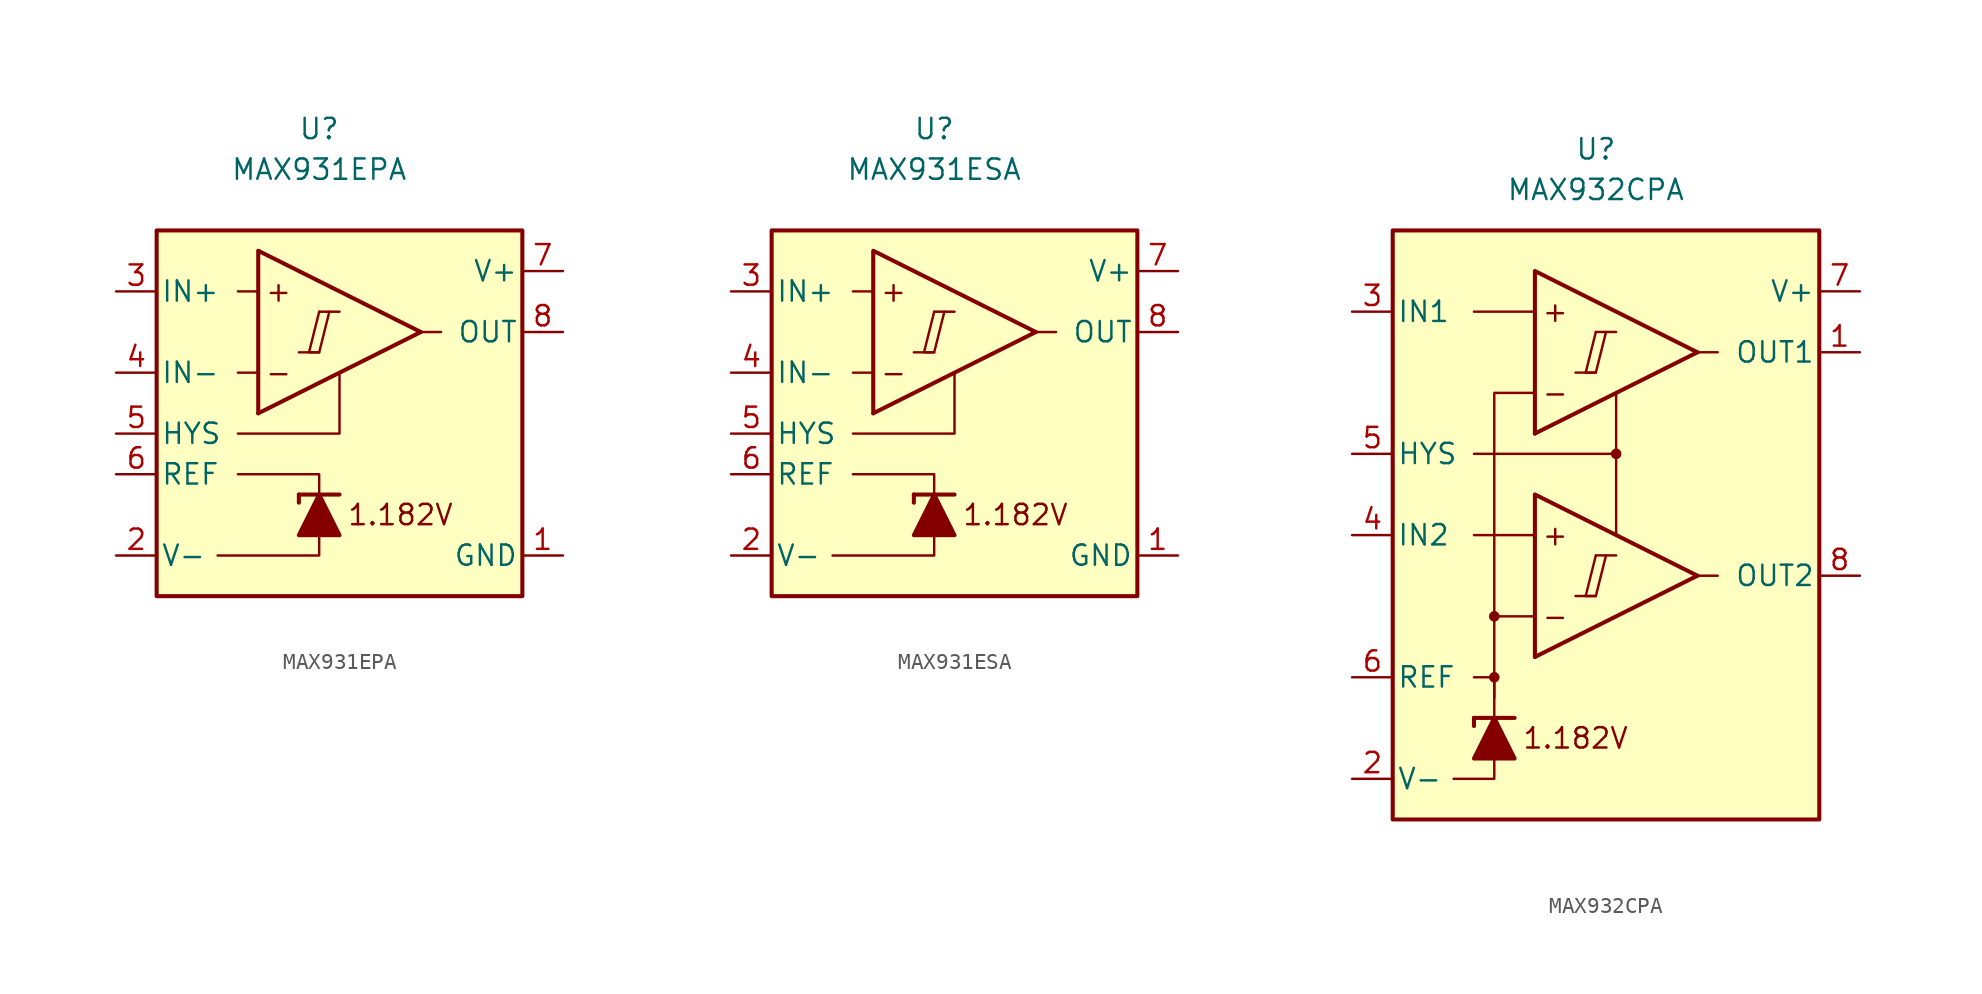
<source format=kicad_sym>
(kicad_symbol_lib
  (version 20231120)
  (generator "kicad_symbol_editor")
  (generator_version "8.0")
  (symbol "MAX931EPA"
    (pin_names
      (offset 0.254))
    (property "Reference" "U"
      (at 0 16.51 0)
      (effects (font (size 1.27 1.27))))
    (property "Value" "MAX931EPA"
      (at 0 13.97 0)
      (effects (font (size 1.27 1.27))))
    (symbol "MAX931EPA_0_0"
      (polyline (pts (xy -1.27 2.54) (xy 0 2.54)) (stroke (width 0.152) (type default)) (fill (type none)))
      (polyline (pts (xy 0 5.08) (xy 1.27 5.08)) (stroke (width 0.152) (type default)) (fill (type none)))
      (polyline (pts (xy 6.35 3.81) (xy -3.81 -1.27)) (stroke (width 0.254) (type default)) (fill (type none)))
      (polyline (pts (xy 6.35 3.81) (xy -3.81 8.89) (xy -3.81 -1.27)) (stroke (width 0.254) (type default)) (fill (type background)))
      (polyline (pts (xy 0 5.08) (xy -0.635 2.54) (xy 0 2.54) (xy 0.635 5.08)) (stroke (width 0.152) (type default)) (fill (type none)))
      (text "+" (at -2.54 6.35 0) (effects (font (size 1.27 1.27))))
      (text "-" (at -2.54 1.27 0) (effects (font (size 1.27 1.27))))
      (text "1.182V" (at 5.08 -7.62 0) (effects (font (size 1.27 1.27)))))
    (symbol "MAX931EPA_0_1"
      (polyline (pts (xy -3.81 1.27) (xy -5.08 1.27)) (stroke (width 0) (type default)) (fill (type none)))
      (polyline (pts (xy -3.81 6.35) (xy -5.08 6.35)) (stroke (width 0) (type default)) (fill (type none)))
      (polyline (pts (xy -1.27 -6.35) (xy -1.27 -6.858)) (stroke (width 0.254) (type default)) (fill (type none)))
      (polyline (pts (xy -1.27 -6.35) (xy 1.27 -6.35)) (stroke (width 0.254) (type default)) (fill (type none)))
      (polyline (pts (xy 6.35 3.81) (xy 7.62 3.81)) (stroke (width 0) (type default)) (fill (type none)))
      (polyline (pts (xy 0 -8.89) (xy 0 -10.16) (xy -6.35 -10.16)) (stroke (width 0) (type default)) (fill (type none)))
      (polyline (pts (xy 0 -6.35) (xy 0 -5.08) (xy -5.08 -5.08)) (stroke (width 0) (type default)) (fill (type none)))
      (polyline (pts (xy 1.27 1.27) (xy 1.27 -2.54) (xy -5.08 -2.54)) (stroke (width 0) (type default)) (fill (type none)))
      (polyline (pts (xy 1.27 -8.89) (xy -1.27 -8.89) (xy 0 -6.35) (xy 1.27 -8.89)) (stroke (width 0.254) (type default)) (fill (type outline)))
      (rectangle (start 12.7 10.16) (end -10.16 -12.7) (stroke (width 0.254) (type default)) (fill (type background))))
    (symbol "MAX931EPA_1_1"
      (pin power_in line (at 15.24 -10.16 180) (length 2.54) (name "GND" (effects (font (size 1.27 1.27)))) (number "1" (effects (font (size 1.27 1.27)))))
      (pin power_in line (at -12.7 -10.16 0) (length 2.54) (name "V-" (effects (font (size 1.27 1.27)))) (number "2" (effects (font (size 1.27 1.27)))))
      (pin input line (at -12.7 6.35 0) (length 2.54) (name "IN+" (effects (font (size 1.27 1.27)))) (number "3" (effects (font (size 1.27 1.27)))))
      (pin input line (at -12.7 1.27 0) (length 2.54) (name "IN-" (effects (font (size 1.27 1.27)))) (number "4" (effects (font (size 1.27 1.27)))))
      (pin input line (at -12.7 -2.54 0) (length 2.54) (name "HYS" (effects (font (size 1.27 1.27)))) (number "5" (effects (font (size 1.27 1.27)))))
      (pin output line (at -12.7 -5.08 0) (length 2.54) (name "REF" (effects (font (size 1.27 1.27)))) (number "6" (effects (font (size 1.27 1.27)))))
      (pin power_in line (at 15.24 7.62 180) (length 2.54) (name "V+" (effects (font (size 1.27 1.27)))) (number "7" (effects (font (size 1.27 1.27)))))
      (pin output line (at 15.24 3.81 180) (length 2.54) (name "OUT" (effects (font (size 1.27 1.27)))) (number "8" (effects (font (size 1.27 1.27)))))))
  (symbol "MAX931ESA"
    (pin_names
      (offset 0.254))
    (property "Reference" "U"
      (at 0 16.51 0)
      (effects (font (size 1.27 1.27))))
    (property "Value" "MAX931ESA"
      (at 0 13.97 0)
      (effects (font (size 1.27 1.27))))
    (symbol "MAX931ESA_0_0"
      (polyline (pts (xy -1.27 2.54) (xy 0 2.54)) (stroke (width 0.152) (type default)) (fill (type none)))
      (polyline (pts (xy 0 5.08) (xy 1.27 5.08)) (stroke (width 0.152) (type default)) (fill (type none)))
      (polyline (pts (xy 6.35 3.81) (xy -3.81 -1.27)) (stroke (width 0.254) (type default)) (fill (type none)))
      (polyline (pts (xy 6.35 3.81) (xy -3.81 8.89) (xy -3.81 -1.27)) (stroke (width 0.254) (type default)) (fill (type background)))
      (polyline (pts (xy 0 5.08) (xy -0.635 2.54) (xy 0 2.54) (xy 0.635 5.08)) (stroke (width 0.152) (type default)) (fill (type none)))
      (text "+" (at -2.54 6.35 0) (effects (font (size 1.27 1.27))))
      (text "-" (at -2.54 1.27 0) (effects (font (size 1.27 1.27))))
      (text "1.182V" (at 5.08 -7.62 0) (effects (font (size 1.27 1.27)))))
    (symbol "MAX931ESA_0_1"
      (polyline (pts (xy -3.81 1.27) (xy -5.08 1.27)) (stroke (width 0) (type default)) (fill (type none)))
      (polyline (pts (xy -3.81 6.35) (xy -5.08 6.35)) (stroke (width 0) (type default)) (fill (type none)))
      (polyline (pts (xy -1.27 -6.35) (xy -1.27 -6.858)) (stroke (width 0.254) (type default)) (fill (type none)))
      (polyline (pts (xy -1.27 -6.35) (xy 1.27 -6.35)) (stroke (width 0.254) (type default)) (fill (type none)))
      (polyline (pts (xy 6.35 3.81) (xy 7.62 3.81)) (stroke (width 0) (type default)) (fill (type none)))
      (polyline (pts (xy 0 -8.89) (xy 0 -10.16) (xy -6.35 -10.16)) (stroke (width 0) (type default)) (fill (type none)))
      (polyline (pts (xy 0 -6.35) (xy 0 -5.08) (xy -5.08 -5.08)) (stroke (width 0) (type default)) (fill (type none)))
      (polyline (pts (xy 1.27 1.27) (xy 1.27 -2.54) (xy -5.08 -2.54)) (stroke (width 0) (type default)) (fill (type none)))
      (polyline (pts (xy 1.27 -8.89) (xy -1.27 -8.89) (xy 0 -6.35) (xy 1.27 -8.89)) (stroke (width 0.254) (type default)) (fill (type outline)))
      (rectangle (start 12.7 10.16) (end -10.16 -12.7) (stroke (width 0.254) (type default)) (fill (type background))))
    (symbol "MAX931ESA_1_1"
      (pin power_in line (at 15.24 -10.16 180) (length 2.54) (name "GND" (effects (font (size 1.27 1.27)))) (number "1" (effects (font (size 1.27 1.27)))))
      (pin power_in line (at -12.7 -10.16 0) (length 2.54) (name "V-" (effects (font (size 1.27 1.27)))) (number "2" (effects (font (size 1.27 1.27)))))
      (pin input line (at -12.7 6.35 0) (length 2.54) (name "IN+" (effects (font (size 1.27 1.27)))) (number "3" (effects (font (size 1.27 1.27)))))
      (pin input line (at -12.7 1.27 0) (length 2.54) (name "IN-" (effects (font (size 1.27 1.27)))) (number "4" (effects (font (size 1.27 1.27)))))
      (pin input line (at -12.7 -2.54 0) (length 2.54) (name "HYS" (effects (font (size 1.27 1.27)))) (number "5" (effects (font (size 1.27 1.27)))))
      (pin output line (at -12.7 -5.08 0) (length 2.54) (name "REF" (effects (font (size 1.27 1.27)))) (number "6" (effects (font (size 1.27 1.27)))))
      (pin power_in line (at 15.24 7.62 180) (length 2.54) (name "V+" (effects (font (size 1.27 1.27)))) (number "7" (effects (font (size 1.27 1.27)))))
      (pin output line (at 15.24 3.81 180) (length 2.54) (name "OUT" (effects (font (size 1.27 1.27)))) (number "8" (effects (font (size 1.27 1.27)))))))
  (symbol "MAX932CPA"
    (pin_names
      (offset 0.254))
    (property "Reference" "U"
      (at -1.27 22.86 0)
      (effects (font (size 1.27 1.27))))
    (property "Value" "MAX932CPA"
      (at -1.27 20.32 0)
      (effects (font (size 1.27 1.27))))
    (symbol "MAX932CPA_0_0"
      (rectangle (start -13.97 17.78) (end 12.7 -19.05) (stroke (width 0.254) (type default)) (fill (type background)))
      (circle (center -7.62 -10.16) (radius 0.254) (stroke (width 0.152) (type default)) (fill (type outline)))
      (circle (center -7.62 -6.35) (radius 0.254) (stroke (width 0.152) (type default)) (fill (type outline)))
      (polyline (pts (xy -2.54 -5.08) (xy -1.27 -5.08)) (stroke (width 0.152) (type default)) (fill (type none)))
      (polyline (pts (xy -2.54 8.89) (xy -1.27 8.89)) (stroke (width 0.152) (type default)) (fill (type none)))
      (polyline (pts (xy -1.27 -2.54) (xy 0 -2.54)) (stroke (width 0.152) (type default)) (fill (type none)))
      (polyline (pts (xy -1.27 11.43) (xy 0 11.43)) (stroke (width 0.152) (type default)) (fill (type none)))
      (polyline (pts (xy 5.08 -3.81) (xy -5.08 -8.89)) (stroke (width 0.254) (type default)) (fill (type none)))
      (polyline (pts (xy 5.08 10.16) (xy -5.08 5.08)) (stroke (width 0.254) (type default)) (fill (type none)))
      (polyline (pts (xy 5.08 -3.81) (xy -5.08 1.27) (xy -5.08 -8.89)) (stroke (width 0.254) (type default)) (fill (type background)))
      (polyline (pts (xy 5.08 10.16) (xy -5.08 15.24) (xy -5.08 5.08)) (stroke (width 0.254) (type default)) (fill (type background)))
      (polyline (pts (xy -1.27 -2.54) (xy -1.905 -5.08) (xy -1.27 -5.08) (xy -0.635 -2.54)) (stroke (width 0.152) (type default)) (fill (type none)))
      (polyline (pts (xy -1.27 11.43) (xy -1.905 8.89) (xy -1.27 8.89) (xy -0.635 11.43)) (stroke (width 0.152) (type default)) (fill (type none)))
      (circle (center 0 3.81) (radius 0.254) (stroke (width 0.152) (type default)) (fill (type outline)))
      (text "+" (at -3.81 -1.27 0) (effects (font (size 1.27 1.27))))
      (text "+" (at -3.81 12.7 0) (effects (font (size 1.27 1.27))))
      (text "-" (at -3.81 -6.35 0) (effects (font (size 1.27 1.27))))
      (text "-" (at -3.81 7.62 0) (effects (font (size 1.27 1.27))))
      (text "1.182V" (at -2.54 -13.97 0) (effects (font (size 1.27 1.27)))))
    (symbol "MAX932CPA_0_1"
      (polyline (pts (xy -8.89 -12.7) (xy -8.89 -13.208)) (stroke (width 0.254) (type default)) (fill (type none)))
      (polyline (pts (xy -8.89 -12.7) (xy -6.35 -12.7)) (stroke (width 0.254) (type default)) (fill (type none)))
      (polyline (pts (xy -5.08 -1.27) (xy -8.89 -1.27)) (stroke (width 0) (type default)) (fill (type none)))
      (polyline (pts (xy -5.08 12.7) (xy -8.89 12.7)) (stroke (width 0) (type default)) (fill (type none)))
      (polyline (pts (xy 0 3.81) (xy 0 -1.27)) (stroke (width 0) (type default)) (fill (type none)))
      (polyline (pts (xy 5.08 -3.81) (xy 6.35 -3.81)) (stroke (width 0) (type default)) (fill (type none)))
      (polyline (pts (xy 5.08 10.16) (xy 6.35 10.16)) (stroke (width 0) (type default)) (fill (type none)))
      (polyline (pts (xy -7.62 -15.24) (xy -7.62 -16.51) (xy -10.16 -16.51)) (stroke (width 0) (type default)) (fill (type none)))
      (polyline (pts (xy -7.62 -12.7) (xy -7.62 -10.16) (xy -8.89 -10.16)) (stroke (width 0) (type default)) (fill (type none)))
      (polyline (pts (xy -7.62 -11.43) (xy -7.62 -6.35) (xy -5.08 -6.35)) (stroke (width 0) (type default)) (fill (type none)))
      (polyline (pts (xy -7.62 -6.35) (xy -7.62 7.62) (xy -5.08 7.62)) (stroke (width 0) (type default)) (fill (type none)))
      (polyline (pts (xy 0 7.62) (xy 0 3.81) (xy -8.89 3.81)) (stroke (width 0) (type default)) (fill (type none)))
      (polyline (pts (xy -6.35 -15.24) (xy -8.89 -15.24) (xy -7.62 -12.7) (xy -6.35 -15.24)) (stroke (width 0.254) (type default)) (fill (type outline))))
    (symbol "MAX932CPA_1_1"
      (pin output line (at 15.24 10.16 180) (length 2.54) (name "OUT1" (effects (font (size 1.27 1.27)))) (number "1" (effects (font (size 1.27 1.27)))))
      (pin power_in line (at -16.51 -16.51 0) (length 2.54) (name "V-" (effects (font (size 1.27 1.27)))) (number "2" (effects (font (size 1.27 1.27)))))
      (pin input line (at -16.51 12.7 0) (length 2.54) (name "IN1" (effects (font (size 1.27 1.27)))) (number "3" (effects (font (size 1.27 1.27)))))
      (pin input line (at -16.51 -1.27 0) (length 2.54) (name "IN2" (effects (font (size 1.27 1.27)))) (number "4" (effects (font (size 1.27 1.27)))))
      (pin input line (at -16.51 3.81 0) (length 2.54) (name "HYS" (effects (font (size 1.27 1.27)))) (number "5" (effects (font (size 1.27 1.27)))))
      (pin output line (at -16.51 -10.16 0) (length 2.54) (name "REF" (effects (font (size 1.27 1.27)))) (number "6" (effects (font (size 1.27 1.27)))))
      (pin power_in line (at 15.24 13.97 180) (length 2.54) (name "V+" (effects (font (size 1.27 1.27)))) (number "7" (effects (font (size 1.27 1.27)))))
      (pin output line (at 15.24 -3.81 180) (length 2.54) (name "OUT2" (effects (font (size 1.27 1.27)))) (number "8" (effects (font (size 1.27 1.27))))))))
</source>
